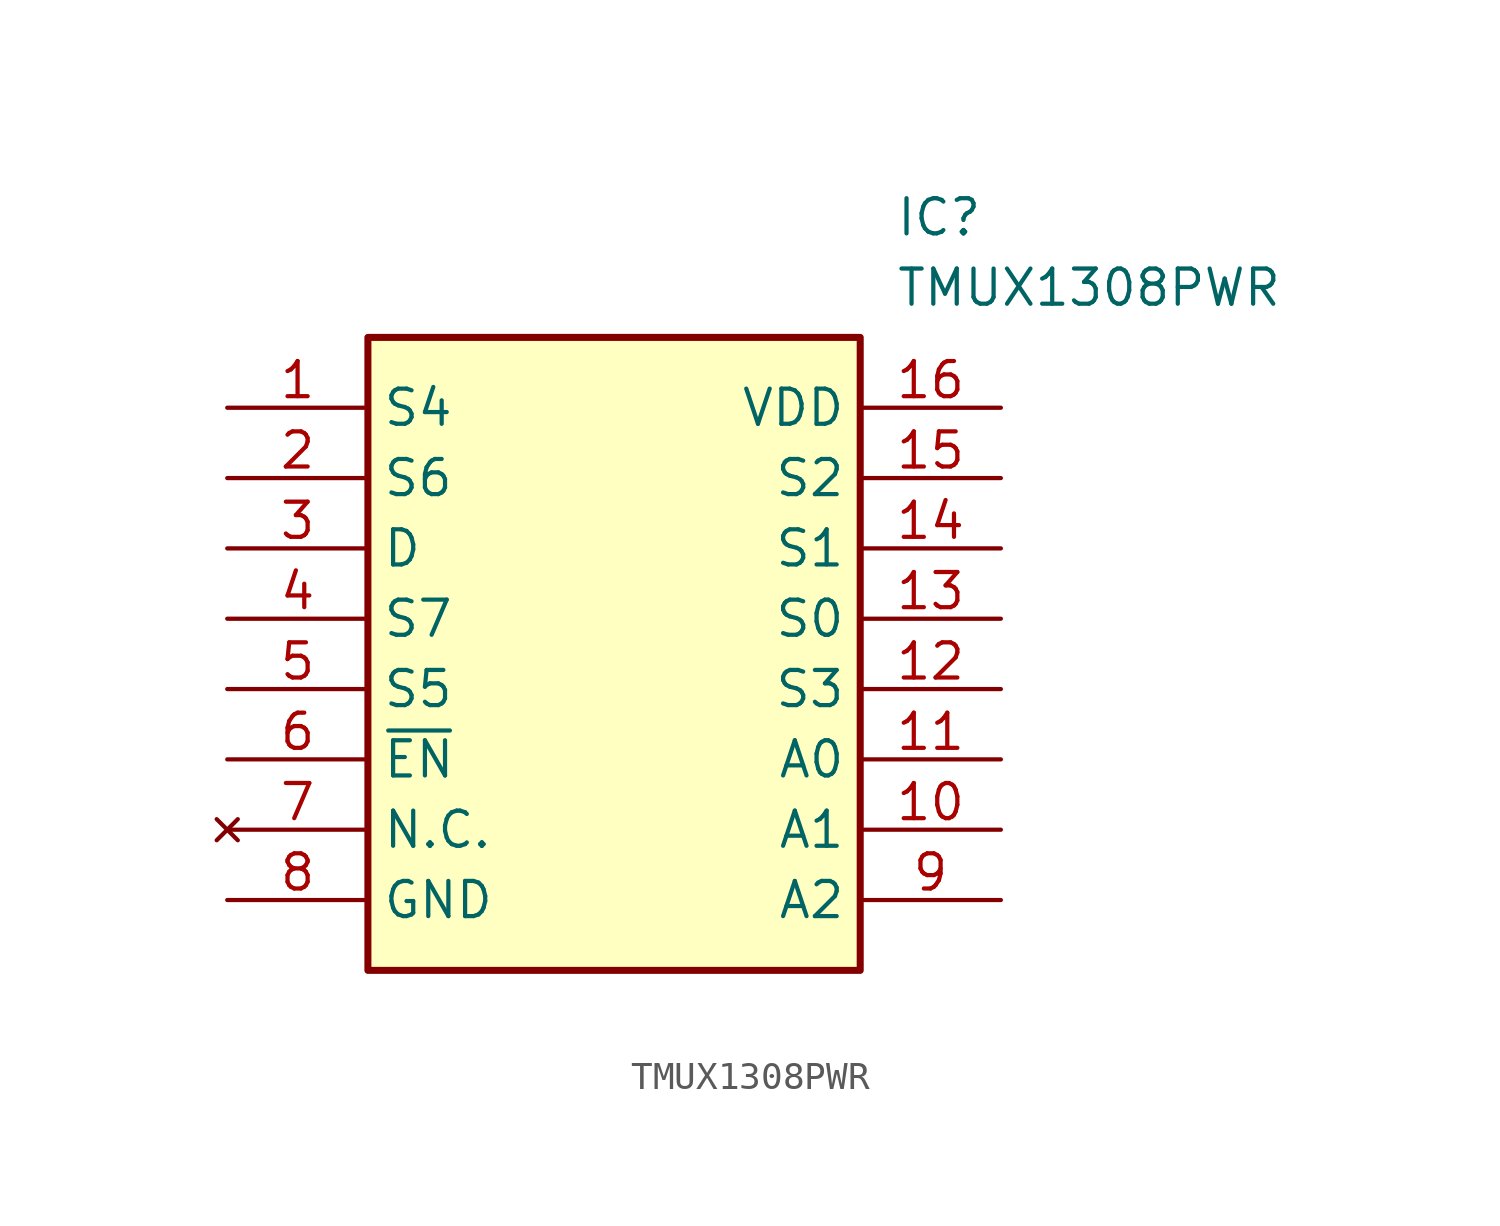
<source format=kicad_sym>
(kicad_symbol_lib
  (version 20231120)
  (generator "kicad_symbol_editor")
  (generator_version "8.0")
  (symbol "TMUX1308PWR"
    (property "Reference" "IC"
      (at 24.13 7.62 0)
      (effects (font (size 1.27 1.27)) (justify left top)))
    (property "Value" "TMUX1308PWR"
      (at 24.13 5.08 0)
      (effects (font (size 1.27 1.27)) (justify left top)))
    (symbol "TMUX1308PWR_1_1"
      (rectangle (start 5.08 2.54) (end 22.86 -20.32) (stroke (width 0.254) (type default)) (fill (type background)))
      (pin passive line (at 0 0 0) (length 5.08) (name "S4" (effects (font (size 1.27 1.27)))) (number "1" (effects (font (size 1.27 1.27)))))
      (pin passive line (at 27.94 -15.24 180) (length 5.08) (name "A1" (effects (font (size 1.27 1.27)))) (number "10" (effects (font (size 1.27 1.27)))))
      (pin passive line (at 27.94 -12.7 180) (length 5.08) (name "A0" (effects (font (size 1.27 1.27)))) (number "11" (effects (font (size 1.27 1.27)))))
      (pin passive line (at 27.94 -10.16 180) (length 5.08) (name "S3" (effects (font (size 1.27 1.27)))) (number "12" (effects (font (size 1.27 1.27)))))
      (pin passive line (at 27.94 -7.62 180) (length 5.08) (name "S0" (effects (font (size 1.27 1.27)))) (number "13" (effects (font (size 1.27 1.27)))))
      (pin passive line (at 27.94 -5.08 180) (length 5.08) (name "S1" (effects (font (size 1.27 1.27)))) (number "14" (effects (font (size 1.27 1.27)))))
      (pin passive line (at 27.94 -2.54 180) (length 5.08) (name "S2" (effects (font (size 1.27 1.27)))) (number "15" (effects (font (size 1.27 1.27)))))
      (pin passive line (at 27.94 0 180) (length 5.08) (name "VDD" (effects (font (size 1.27 1.27)))) (number "16" (effects (font (size 1.27 1.27)))))
      (pin passive line (at 0 -2.54 0) (length 5.08) (name "S6" (effects (font (size 1.27 1.27)))) (number "2" (effects (font (size 1.27 1.27)))))
      (pin passive line (at 0 -5.08 0) (length 5.08) (name "D" (effects (font (size 1.27 1.27)))) (number "3" (effects (font (size 1.27 1.27)))))
      (pin passive line (at 0 -7.62 0) (length 5.08) (name "S7" (effects (font (size 1.27 1.27)))) (number "4" (effects (font (size 1.27 1.27)))))
      (pin passive line (at 0 -10.16 0) (length 5.08) (name "S5" (effects (font (size 1.27 1.27)))) (number "5" (effects (font (size 1.27 1.27)))))
      (pin passive line (at 0 -12.7 0) (length 5.08) (name "~{EN}" (effects (font (size 1.27 1.27)))) (number "6" (effects (font (size 1.27 1.27)))))
      (pin no_connect line (at 0 -15.24 0) (length 5.08) (name "N.C." (effects (font (size 1.27 1.27)))) (number "7" (effects (font (size 1.27 1.27)))))
      (pin passive line (at 0 -17.78 0) (length 5.08) (name "GND" (effects (font (size 1.27 1.27)))) (number "8" (effects (font (size 1.27 1.27)))))
      (pin passive line (at 27.94 -17.78 180) (length 5.08) (name "A2" (effects (font (size 1.27 1.27)))) (number "9" (effects (font (size 1.27 1.27))))))))
</source>
